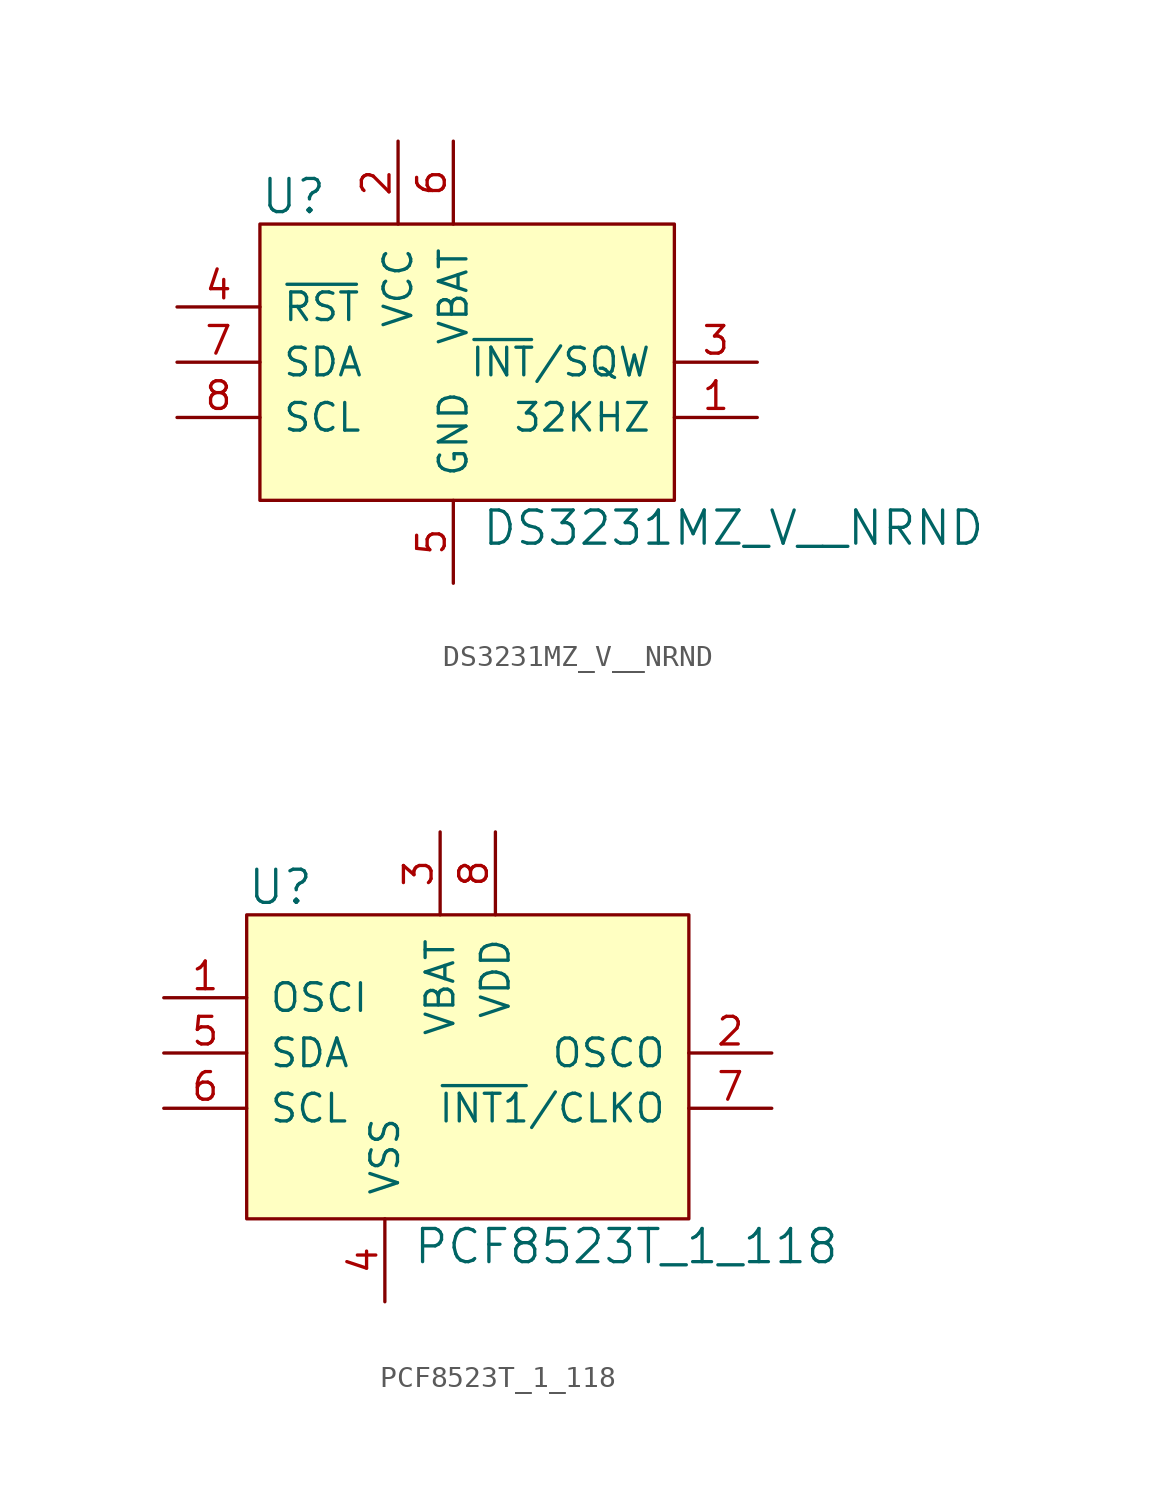
<source format=kicad_sym>
(kicad_symbol_lib
  (version 20231120)
  (generator "kicad_symbol_editor")
  (generator_version "8.0")
  (symbol "DS3231MZ_V__NRND"
    (pin_names
      (offset 1.016))
    (property "Reference" "U"
      (at -8.89 7.62 0)
      (effects (font (size 1.524 1.524)) (justify left)))
    (property "Value" "DS3231MZ_V__NRND"
      (at 1.27 -7.62 0)
      (effects (font (size 1.524 1.524)) (justify left)))
    (symbol "DS3231MZ_V__NRND_0_1"
      (rectangle (start -8.89 6.35) (end 10.16 -6.35) (stroke (width 0) (type solid)) (fill (type background))))
    (symbol "DS3231MZ_V__NRND_1_1"
      (pin output line (at 13.97 -2.54 180) (length 3.81) (name "32KHZ" (effects (font (size 1.27 1.27)))) (number "1" (effects (font (size 1.27 1.27)))))
      (pin power_in line (at -2.54 10.16 270) (length 3.81) (name "VCC" (effects (font (size 1.27 1.27)))) (number "2" (effects (font (size 1.27 1.27)))))
      (pin output line (at 13.97 0 180) (length 3.81) (name "~{INT}/SQW" (effects (font (size 1.27 1.27)))) (number "3" (effects (font (size 1.27 1.27)))))
      (pin input line (at -12.7 2.54 0) (length 3.81) (name "~{RST}" (effects (font (size 1.27 1.27)))) (number "4" (effects (font (size 1.27 1.27)))))
      (pin power_in line (at 0 -10.16 90) (length 3.81) (name "GND" (effects (font (size 1.27 1.27)))) (number "5" (effects (font (size 1.27 1.27)))))
      (pin power_in line (at 0 10.16 270) (length 3.81) (name "VBAT" (effects (font (size 1.27 1.27)))) (number "6" (effects (font (size 1.27 1.27)))))
      (pin bidirectional line (at -12.7 0 0) (length 3.81) (name "SDA" (effects (font (size 1.27 1.27)))) (number "7" (effects (font (size 1.27 1.27)))))
      (pin input line (at -12.7 -2.54 0) (length 3.81) (name "SCL" (effects (font (size 1.27 1.27)))) (number "8" (effects (font (size 1.27 1.27)))))))
  (symbol "PCF8523T_1_118"
    (pin_names
      (offset 1.016))
    (property "Reference" "U"
      (at -8.89 7.62 0)
      (effects (font (size 1.524 1.524)) (justify left)))
    (property "Value" "PCF8523T_1_118"
      (at -1.27 -8.89 0)
      (effects (font (size 1.524 1.524)) (justify left)))
    (symbol "PCF8523T_1_118_0_1"
      (rectangle (start -8.89 6.35) (end 11.43 -7.62) (stroke (width 0) (type solid)) (fill (type background))))
    (symbol "PCF8523T_1_118_1_1"
      (pin input line (at -12.7 2.54 0) (length 3.81) (name "OSCI" (effects (font (size 1.27 1.27)))) (number "1" (effects (font (size 1.27 1.27)))))
      (pin output line (at 15.24 0 180) (length 3.81) (name "OSCO" (effects (font (size 1.27 1.27)))) (number "2" (effects (font (size 1.27 1.27)))))
      (pin power_in line (at 0 10.16 270) (length 3.81) (name "VBAT" (effects (font (size 1.27 1.27)))) (number "3" (effects (font (size 1.27 1.27)))))
      (pin power_in line (at -2.54 -11.43 90) (length 3.81) (name "VSS" (effects (font (size 1.27 1.27)))) (number "4" (effects (font (size 1.27 1.27)))))
      (pin bidirectional line (at -12.7 0 0) (length 3.81) (name "SDA" (effects (font (size 1.27 1.27)))) (number "5" (effects (font (size 1.27 1.27)))))
      (pin input line (at -12.7 -2.54 0) (length 3.81) (name "SCL" (effects (font (size 1.27 1.27)))) (number "6" (effects (font (size 1.27 1.27)))))
      (pin output line (at 15.24 -2.54 180) (length 3.81) (name "~{INT1}/CLKO" (effects (font (size 1.27 1.27)))) (number "7" (effects (font (size 1.27 1.27)))))
      (pin power_in line (at 2.54 10.16 270) (length 3.81) (name "VDD" (effects (font (size 1.27 1.27)))) (number "8" (effects (font (size 1.27 1.27))))))))
</source>
